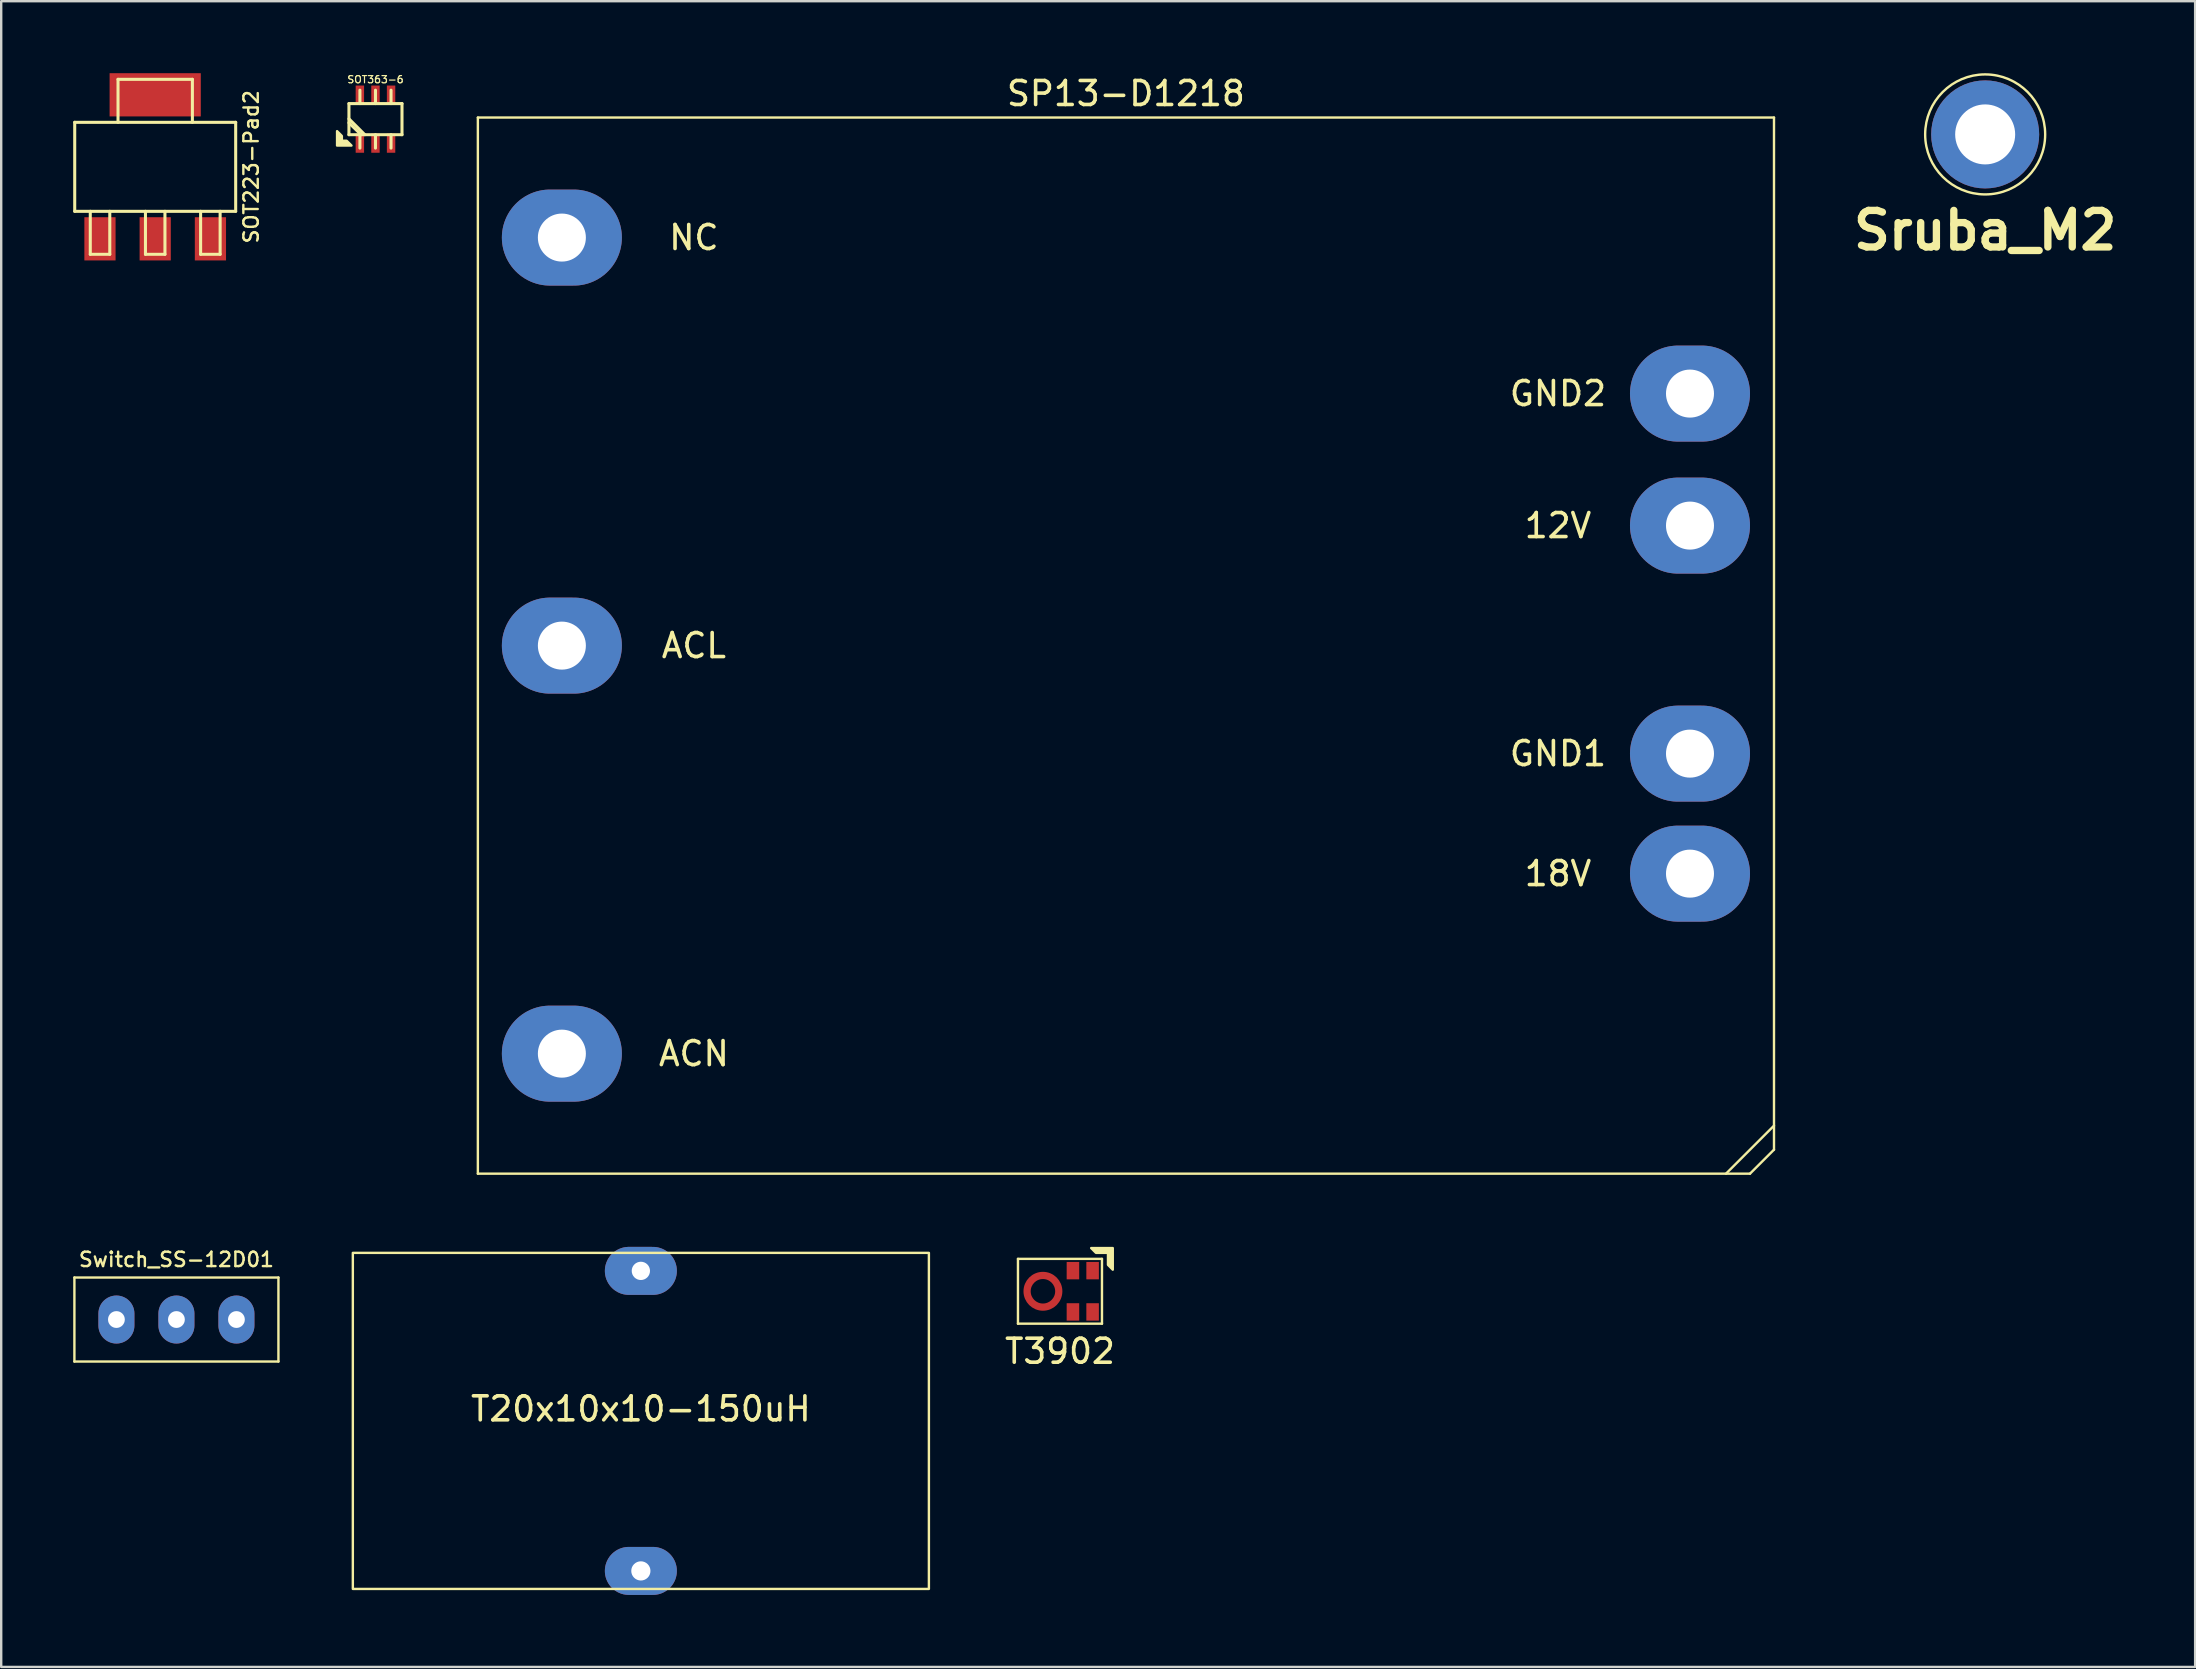
<source format=kicad_pcb>
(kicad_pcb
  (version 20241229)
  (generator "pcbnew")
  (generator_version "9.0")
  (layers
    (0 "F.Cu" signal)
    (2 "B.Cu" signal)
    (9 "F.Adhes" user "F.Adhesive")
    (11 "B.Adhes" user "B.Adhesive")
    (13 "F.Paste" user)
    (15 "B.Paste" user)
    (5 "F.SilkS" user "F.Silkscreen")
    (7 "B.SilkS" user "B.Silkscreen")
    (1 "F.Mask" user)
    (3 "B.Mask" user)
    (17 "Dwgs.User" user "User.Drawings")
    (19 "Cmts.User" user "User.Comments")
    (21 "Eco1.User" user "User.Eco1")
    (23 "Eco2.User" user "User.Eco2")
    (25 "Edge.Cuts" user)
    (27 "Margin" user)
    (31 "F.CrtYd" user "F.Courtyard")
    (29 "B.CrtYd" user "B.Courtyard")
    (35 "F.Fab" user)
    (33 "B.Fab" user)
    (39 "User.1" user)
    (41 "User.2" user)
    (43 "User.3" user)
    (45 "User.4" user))
  (footprint "SP13-D1218"
    (layer "F.Cu")
    (at 43.859 23.848)
    (property "Reference" "SP13-D1218" (at 0 -23 0) (layer "F.SilkS") (effects (font (size 1 1) (thickness 0.15))))
    (attr through_hole)
    (fp_line (start -27 -22) (end 27 -22) (stroke (width 0.1) (type solid)) (layer "F.SilkS"))
    (fp_line (start -27 22) (end -27 -22) (stroke (width 0.1) (type solid)) (layer "F.SilkS"))
    (fp_line (start 25 22) (end 27 20) (stroke (width 0.1) (type solid)) (layer "F.SilkS"))
    (fp_line (start 26 22) (end -27 22) (stroke (width 0.1) (type solid)) (layer "F.SilkS"))
    (fp_line (start 27 21) (end 26 22) (stroke (width 0.1) (type solid)) (layer "F.SilkS"))
    (fp_line (start 27 21) (end 27 -22) (stroke (width 0.1) (type solid)) (layer "F.SilkS"))
    (fp_text user "NC" (at -18 -17 0) (layer "F.SilkS") (effects (font (size 1 1) (thickness 0.15))))
    (fp_text user "12V" (at 18 -5 0) (layer "F.SilkS") (effects (font (size 1 1) (thickness 0.15))))
    (fp_text user "ACN" (at -18 17 0) (layer "F.SilkS") (effects (font (size 1 1) (thickness 0.15))))
    (fp_text user "GND2" (at 18 -10.5 0) (layer "F.SilkS") (effects (font (size 1 1) (thickness 0.15))))
    (fp_text user "ACL" (at -18 0 0) (layer "F.SilkS") (effects (font (size 1 1) (thickness 0.15))))
    (fp_text user "18V" (at 18 9.5 0) (layer "F.SilkS") (effects (font (size 1 1) (thickness 0.15))))
    (fp_text user "GND1" (at 18 4.5 0) (layer "F.SilkS") (effects (font (size 1 1) (thickness 0.15))))
    (pad "0" thru_hole oval (at -23.5 -17) (size 5 4) (drill 2) (layers "*.Cu" "*.Mask"))
    (pad "1" thru_hole oval (at -23.5 0) (size 5 4) (drill 2) (layers "*.Cu" "*.Mask"))
    (pad "2" thru_hole oval (at -23.5 17) (size 5 4) (drill 2) (layers "*.Cu" "*.Mask"))
    (pad "3" thru_hole oval (at 23.5 9.5) (size 5 4) (drill 2) (layers "*.Cu" "*.Mask"))
    (pad "4" thru_hole oval (at 23.5 4.5) (size 5 4) (drill 2) (layers "*.Cu" "*.Mask"))
    (pad "5" thru_hole oval (at 23.5 -5) (size 5 4) (drill 2) (layers "*.Cu" "*.Mask"))
    (pad "6" thru_hole oval (at 23.5 -10.5) (size 5 4) (drill 2) (layers "*.Cu" "*.Mask")))
  (footprint "SOT223-Pad2"
    (layer "F.Cu")
    (at 3.416 3.9)
    (property "Reference" "SOT223-Pad2" (at 4 0 90) (layer "F.SilkS") (effects (font (size 0.6 0.6) (thickness 0.1))))
    (attr smd)
    (fp_line (start -3.353 -1.854) (end 3.353 -1.854) (stroke (width 0.127) (type solid)) (layer "F.SilkS"))
    (fp_line (start -3.353 1.854) (end -3.353 -1.854) (stroke (width 0.127) (type solid)) (layer "F.SilkS"))
    (fp_line (start -2.705 3.645) (end -2.705 1.854) (stroke (width 0.127) (type solid)) (layer "F.SilkS"))
    (fp_line (start -2.705 3.645) (end -1.892 3.645) (stroke (width 0.127) (type solid)) (layer "F.SilkS"))
    (fp_line (start -1.892 3.645) (end -1.892 1.854) (stroke (width 0.127) (type solid)) (layer "F.SilkS"))
    (fp_line (start -1.549 -3.645) (end -1.549 -1.854) (stroke (width 0.127) (type solid)) (layer "F.SilkS"))
    (fp_line (start -1.549 -3.645) (end 1.549 -3.645) (stroke (width 0.127) (type solid)) (layer "F.SilkS"))
    (fp_line (start -0.406 3.645) (end -0.406 1.854) (stroke (width 0.127) (type solid)) (layer "F.SilkS"))
    (fp_line (start -0.406 3.645) (end 0.406 3.645) (stroke (width 0.127) (type solid)) (layer "F.SilkS"))
    (fp_line (start 0.406 3.645) (end 0.406 1.854) (stroke (width 0.127) (type solid)) (layer "F.SilkS"))
    (fp_line (start 1.549 -3.645) (end 1.549 -1.854) (stroke (width 0.127) (type solid)) (layer "F.SilkS"))
    (fp_line (start 1.892 3.645) (end 1.892 1.854) (stroke (width 0.127) (type solid)) (layer "F.SilkS"))
    (fp_line (start 1.892 3.645) (end 2.705 3.645) (stroke (width 0.127) (type solid)) (layer "F.SilkS"))
    (fp_line (start 2.705 3.645) (end 2.705 1.854) (stroke (width 0.127) (type solid)) (layer "F.SilkS"))
    (fp_line (start 3.353 -1.854) (end 3.353 1.854) (stroke (width 0.127) (type solid)) (layer "F.SilkS"))
    (fp_line (start 3.353 1.854) (end -3.353 1.854) (stroke (width 0.127) (type solid)) (layer "F.SilkS"))
    (pad "1" smd rect (at -2.301 3) (size 1.3 1.801) (layers "F.Cu" "F.Mask" "F.Paste"))
    (pad "2" smd rect (at 0 -3) (size 3.8 1.801) (layers "F.Cu" "F.Mask" "F.Paste"))
    (pad "2" smd rect (at 0 3) (size 1.3 1.801) (layers "F.Cu" "F.Mask" "F.Paste"))
    (pad "3" smd rect (at 2.301 3) (size 1.3 1.801) (layers "F.Cu" "F.Mask" "F.Paste")))
  (footprint "Switch_SS-12D01"
    (layer "F.Cu")
    (at 4.3 51.925)
    (property "Reference" "Switch_SS-12D01" (at 0 -2.5 0) (unlocked yes) (layer "F.SilkS") (effects (font (size 0.6 0.6) (thickness 0.1))))
    (attr through_hole)
    (fp_line (start -4.25 -1.75) (end 4.25 -1.75) (stroke (width 0.1) (type solid)) (layer "F.SilkS"))
    (fp_line (start -4.25 1.75) (end -4.25 -1.75) (stroke (width 0.1) (type solid)) (layer "F.SilkS"))
    (fp_line (start 4.25 -1.75) (end 4.25 1.75) (stroke (width 0.1) (type solid)) (layer "F.SilkS"))
    (fp_line (start 4.25 1.75) (end -4.25 1.75) (stroke (width 0.1) (type solid)) (layer "F.SilkS"))
    (pad "1" thru_hole oval (at -2.5 0) (size 1.5 2) (drill 0.7) (layers "*.Cu" "*.Mask"))
    (pad "2" thru_hole oval (at 0 0) (size 1.5 2) (drill 0.7) (layers "*.Cu" "*.Mask"))
    (pad "3" thru_hole oval (at 2.5 0) (size 1.5 2) (drill 0.7) (layers "*.Cu" "*.Mask")))
  (footprint "Sruba_M2"
    (layer "F.Cu")
    (at 79.657 2.55)
    (property "Reference" "Sruba_M2" (at 0 4 0) (layer "F.SilkS") (effects (font (size 1.524 1.524) (thickness 0.305))))
    (attr exclude_from_pos_files exclude_from_bom)
    (fp_circle (center 0 0) (end 2.5 0) (stroke (width 0.1) (type solid)) (fill no) (layer "F.SilkS"))
    (pad "1" thru_hole circle (at 0 0) (size 4.5 4.5) (drill 2.5) (layers "*.Cu" "*.Mask")))
  (footprint "T3902"
    (layer "F.Cu")
    (at 41.111 50.748)
    (property "Reference" "T3902" (at 0 2.5 0) (layer "F.SilkS") (effects (font (size 1 1) (thickness 0.15))))
    (attr smd)
    (fp_circle (center -0.71 0) (end -0.05 0) (stroke (width 0.3) (type solid)) (fill no) (layer "F.Cu"))
    (fp_circle (center -0.71 0) (end -0.05 0) (stroke (width 0.4) (type solid)) (fill no) (layer "F.Mask"))
    (fp_line (start -1.75 -1.35) (end -1.75 1.35) (stroke (width 0.1) (type solid)) (layer "F.SilkS"))
    (fp_line (start -1.75 1.35) (end 1.75 1.35) (stroke (width 0.1) (type solid)) (layer "F.SilkS"))
    (fp_line (start 1.75 -1.35) (end -1.75 -1.35) (stroke (width 0.1) (type solid)) (layer "F.SilkS"))
    (fp_line (start 1.75 1.35) (end 1.75 -1.35) (stroke (width 0.1) (type solid)) (layer "F.SilkS"))
    (fp_poly (pts (xy 2.2 -0.9) (xy 2 -1.1) (xy 2 -1.6) (xy 1.5 -1.6) (xy 1.3 -1.8) (xy 2.2 -1.8)) (stroke (width 0.1) (type solid)) (fill yes) (layer "F.SilkS"))
    (fp_arc (start -1.37 0) (mid -1.347511 -0.170821) (end -1.281577 -0.33) (stroke (width 0.2) (type solid)) (layer "F.Paste"))
    (fp_arc (start -1.281577 0.33) (mid -1.347511 0.170821) (end -1.37 0) (stroke (width 0.2) (type solid)) (layer "F.Paste"))
    (fp_arc (start -1.04 -0.571577) (mid -0.880821 -0.637511) (end -0.71 -0.66) (stroke (width 0.2) (type solid)) (layer "F.Paste"))
    (fp_arc (start -0.71 -0.66) (mid -0.539179 -0.637511) (end -0.38 -0.571577) (stroke (width 0.2) (type solid)) (layer "F.Paste"))
    (fp_arc (start -0.71 0.658423) (mid -0.880821 0.635934) (end -1.04 0.57) (stroke (width 0.2) (type solid)) (layer "F.Paste"))
    (fp_arc (start -0.38 0.571577) (mid -0.539179 0.637511) (end -0.71 0.66) (stroke (width 0.2) (type solid)) (layer "F.Paste"))
    (fp_arc (start -0.138423 -0.33) (mid -0.072489 -0.170821) (end -0.05 0) (stroke (width 0.2) (type solid)) (layer "F.Paste"))
    (fp_arc (start -0.05 0) (mid -0.072489 0.170821) (end -0.138423 0.33) (stroke (width 0.2) (type solid)) (layer "F.Paste"))
    (pad "1" smd rect (at 1.36 -0.86) (size 0.522 0.725) (layers "F.Cu" "F.Mask" "F.Paste"))
    (pad "2" smd rect (at 0.54 -0.86) (size 0.522 0.725) (layers "F.Cu" "F.Mask" "F.Paste"))
    (pad "3" smd rect (at -1.36 0) (size 0.1 0.1) (layers "F.Cu" "F.Mask" "F.Paste"))
    (pad "4" smd rect (at 0.54 0.86) (size 0.522 0.725) (layers "F.Cu" "F.Mask" "F.Paste"))
    (pad "5" smd rect (at 1.36 0.86) (size 0.522 0.725) (layers "F.Cu" "F.Mask" "F.Paste")))
  (footprint "SOT363-6"
    (layer "F.Cu")
    (at 12.593 1.914)
    (property "Reference" "SOT363-6" (at 0 -1.651 0) (layer "F.SilkS") (effects (font (size 0.3 0.3) (thickness 0.05))))
    (attr smd)
    (fp_line (start -1.105 -0.648) (end 1.105 -0.648) (stroke (width 0.127) (type solid)) (layer "F.SilkS"))
    (fp_line (start -1.105 0.648) (end -1.105 -0.648) (stroke (width 0.127) (type solid)) (layer "F.SilkS"))
    (fp_line (start -0.648 -0.648) (end -0.648 -1.206) (stroke (width 0.127) (type solid)) (layer "F.SilkS"))
    (fp_line (start -0.648 0.648) (end -0.648 1.206) (stroke (width 0.127) (type solid)) (layer "F.SilkS"))
    (fp_line (start -0.597 0.648) (end -1.105 0.152) (stroke (width 0.127) (type solid)) (layer "F.SilkS"))
    (fp_line (start -0.445 0.648) (end -1.105 -0.013) (stroke (width 0.127) (type solid)) (layer "F.SilkS"))
    (fp_line (start 0 -0.648) (end 0 -1.206) (stroke (width 0.127) (type solid)) (layer "F.SilkS"))
    (fp_line (start 0 0.648) (end 0 1.206) (stroke (width 0.127) (type solid)) (layer "F.SilkS"))
    (fp_line (start 0.648 -0.648) (end 0.648 -1.206) (stroke (width 0.127) (type solid)) (layer "F.SilkS"))
    (fp_line (start 0.648 0.648) (end 0.648 1.206) (stroke (width 0.127) (type solid)) (layer "F.SilkS"))
    (fp_line (start 1.105 -0.648) (end 1.105 0.648) (stroke (width 0.127) (type solid)) (layer "F.SilkS"))
    (fp_line (start 1.105 0.648) (end -1.105 0.648) (stroke (width 0.127) (type solid)) (layer "F.SilkS"))
    (fp_poly (pts (xy -1.4 0.7) (xy -1.4 0.9) (xy -1.2 0.9) (xy -1 1.1) (xy -1.6 1.1) (xy -1.6 0.5)) (stroke (width 0.1) (type solid)) (fill yes) (layer "F.SilkS"))
    (pad "1" smd rect (at -0.65 1) (size 0.35 0.8) (layers "F.Cu" "F.Mask" "F.Paste"))
    (pad "2" smd rect (at 0 1) (size 0.35 0.8) (layers "F.Cu" "F.Mask" "F.Paste"))
    (pad "3" smd rect (at 0.65 1) (size 0.35 0.8) (layers "F.Cu" "F.Mask" "F.Paste"))
    (pad "4" smd rect (at 0.65 -1) (size 0.35 0.8) (layers "F.Cu" "F.Mask" "F.Paste"))
    (pad "5" smd rect (at 0 -1) (size 0.35 0.8) (layers "F.Cu" "F.Mask" "F.Paste"))
    (pad "6" smd rect (at -0.65 -1) (size 0.35 0.8) (layers "F.Cu" "F.Mask" "F.Paste")))
  (footprint "T20x10x10-150uH"
    (layer "F.Cu")
    (at 23.65 56.148)
    (property "Reference" "T20x10x10-150uH" (at 0 -0.5 0) (unlocked yes) (layer "F.SilkS") (effects (font (size 1 1) (thickness 0.15))))
    (attr through_hole)
    (fp_rect (start -12 -7) (end 12 7) (stroke (width 0.1) (type solid)) (fill no) (layer "F.SilkS"))
    (pad "1" thru_hole oval (at 0 -6.25 90) (size 2 3) (drill 0.762) (layers "*.Cu" "*.Mask"))
    (pad "2" thru_hole oval (at 0 6.25 90) (size 2 3) (drill 0.8) (layers "*.Cu" "*.Mask")))
  (gr_rect
    (start -3 -3)
    (end 88.405 66.398)
    (stroke (width 0.1) (type default))
    (fill no)
    (layer "Edge.Cuts")))
</source>
